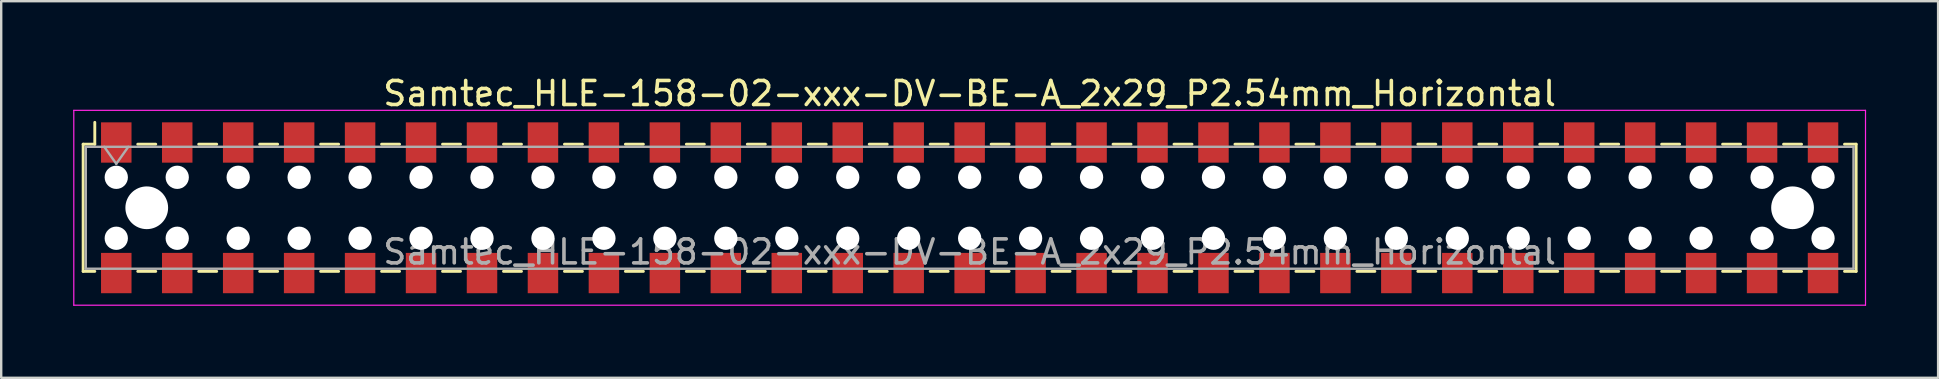
<source format=kicad_pcb>
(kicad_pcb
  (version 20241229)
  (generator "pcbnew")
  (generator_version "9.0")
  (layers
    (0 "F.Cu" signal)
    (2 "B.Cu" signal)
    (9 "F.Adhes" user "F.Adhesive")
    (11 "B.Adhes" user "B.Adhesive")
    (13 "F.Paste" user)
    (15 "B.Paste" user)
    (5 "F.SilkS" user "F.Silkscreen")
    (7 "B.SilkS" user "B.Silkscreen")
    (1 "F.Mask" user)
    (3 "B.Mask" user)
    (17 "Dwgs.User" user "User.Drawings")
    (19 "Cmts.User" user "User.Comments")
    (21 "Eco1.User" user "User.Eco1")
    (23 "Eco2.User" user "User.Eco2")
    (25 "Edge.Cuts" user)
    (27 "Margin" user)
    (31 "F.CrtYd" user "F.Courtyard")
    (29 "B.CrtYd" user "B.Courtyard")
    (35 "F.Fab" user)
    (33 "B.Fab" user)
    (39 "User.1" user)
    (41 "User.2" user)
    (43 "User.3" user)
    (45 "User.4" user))
  (footprint "Samtec_HLE-158-02-xxx-DV-BE-A_2x29_P2.54mm_Horizontal"
    (layer "F.Cu")
    (at 37.355 5.608)
    (property "Reference" "Samtec_HLE-158-02-xxx-DV-BE-A_2x29_P2.54mm_Horizontal" (at 0 -4.76 0) (layer "F.SilkS") (effects (font (size 1 1) (thickness 0.15))))
    (attr smd)
    (fp_line (start -36.94 -2.65) (end -36.94 2.65) (stroke (width 0.12) (type solid)) (layer "F.SilkS"))
    (fp_line (start -36.94 2.65) (end -36.455 2.65) (stroke (width 0.12) (type solid)) (layer "F.SilkS"))
    (fp_line (start -36.455 -3.56) (end -36.455 -2.65) (stroke (width 0.12) (type solid)) (layer "F.SilkS"))
    (fp_line (start -36.455 -2.65) (end -36.94 -2.65) (stroke (width 0.12) (type solid)) (layer "F.SilkS"))
    (fp_line (start -34.665 -2.65) (end -33.915 -2.65) (stroke (width 0.12) (type solid)) (layer "F.SilkS"))
    (fp_line (start -34.665 2.65) (end -33.915 2.65) (stroke (width 0.12) (type solid)) (layer "F.SilkS"))
    (fp_line (start -32.125 -2.65) (end -31.375 -2.65) (stroke (width 0.12) (type solid)) (layer "F.SilkS"))
    (fp_line (start -32.125 2.65) (end -31.375 2.65) (stroke (width 0.12) (type solid)) (layer "F.SilkS"))
    (fp_line (start -29.585 -2.65) (end -28.835 -2.65) (stroke (width 0.12) (type solid)) (layer "F.SilkS"))
    (fp_line (start -29.585 2.65) (end -28.835 2.65) (stroke (width 0.12) (type solid)) (layer "F.SilkS"))
    (fp_line (start -27.045 -2.65) (end -26.295 -2.65) (stroke (width 0.12) (type solid)) (layer "F.SilkS"))
    (fp_line (start -27.045 2.65) (end -26.295 2.65) (stroke (width 0.12) (type solid)) (layer "F.SilkS"))
    (fp_line (start -24.505 -2.65) (end -23.755 -2.65) (stroke (width 0.12) (type solid)) (layer "F.SilkS"))
    (fp_line (start -24.505 2.65) (end -23.755 2.65) (stroke (width 0.12) (type solid)) (layer "F.SilkS"))
    (fp_line (start -21.965 -2.65) (end -21.215 -2.65) (stroke (width 0.12) (type solid)) (layer "F.SilkS"))
    (fp_line (start -21.965 2.65) (end -21.215 2.65) (stroke (width 0.12) (type solid)) (layer "F.SilkS"))
    (fp_line (start -19.425 -2.65) (end -18.675 -2.65) (stroke (width 0.12) (type solid)) (layer "F.SilkS"))
    (fp_line (start -19.425 2.65) (end -18.675 2.65) (stroke (width 0.12) (type solid)) (layer "F.SilkS"))
    (fp_line (start -16.885 -2.65) (end -16.135 -2.65) (stroke (width 0.12) (type solid)) (layer "F.SilkS"))
    (fp_line (start -16.885 2.65) (end -16.135 2.65) (stroke (width 0.12) (type solid)) (layer "F.SilkS"))
    (fp_line (start -14.345 -2.65) (end -13.595 -2.65) (stroke (width 0.12) (type solid)) (layer "F.SilkS"))
    (fp_line (start -14.345 2.65) (end -13.595 2.65) (stroke (width 0.12) (type solid)) (layer "F.SilkS"))
    (fp_line (start -11.805 -2.65) (end -11.055 -2.65) (stroke (width 0.12) (type solid)) (layer "F.SilkS"))
    (fp_line (start -11.805 2.65) (end -11.055 2.65) (stroke (width 0.12) (type solid)) (layer "F.SilkS"))
    (fp_line (start -9.265 -2.65) (end -8.515 -2.65) (stroke (width 0.12) (type solid)) (layer "F.SilkS"))
    (fp_line (start -9.265 2.65) (end -8.515 2.65) (stroke (width 0.12) (type solid)) (layer "F.SilkS"))
    (fp_line (start -6.725 -2.65) (end -5.975 -2.65) (stroke (width 0.12) (type solid)) (layer "F.SilkS"))
    (fp_line (start -6.725 2.65) (end -5.975 2.65) (stroke (width 0.12) (type solid)) (layer "F.SilkS"))
    (fp_line (start -4.185 -2.65) (end -3.435 -2.65) (stroke (width 0.12) (type solid)) (layer "F.SilkS"))
    (fp_line (start -4.185 2.65) (end -3.435 2.65) (stroke (width 0.12) (type solid)) (layer "F.SilkS"))
    (fp_line (start -1.645 -2.65) (end -0.895 -2.65) (stroke (width 0.12) (type solid)) (layer "F.SilkS"))
    (fp_line (start -1.645 2.65) (end -0.895 2.65) (stroke (width 0.12) (type solid)) (layer "F.SilkS"))
    (fp_line (start 0.895 -2.65) (end 1.645 -2.65) (stroke (width 0.12) (type solid)) (layer "F.SilkS"))
    (fp_line (start 0.895 2.65) (end 1.645 2.65) (stroke (width 0.12) (type solid)) (layer "F.SilkS"))
    (fp_line (start 3.435 -2.65) (end 4.185 -2.65) (stroke (width 0.12) (type solid)) (layer "F.SilkS"))
    (fp_line (start 3.435 2.65) (end 4.185 2.65) (stroke (width 0.12) (type solid)) (layer "F.SilkS"))
    (fp_line (start 5.975 -2.65) (end 6.725 -2.65) (stroke (width 0.12) (type solid)) (layer "F.SilkS"))
    (fp_line (start 5.975 2.65) (end 6.725 2.65) (stroke (width 0.12) (type solid)) (layer "F.SilkS"))
    (fp_line (start 8.515 -2.65) (end 9.265 -2.65) (stroke (width 0.12) (type solid)) (layer "F.SilkS"))
    (fp_line (start 8.515 2.65) (end 9.265 2.65) (stroke (width 0.12) (type solid)) (layer "F.SilkS"))
    (fp_line (start 11.055 -2.65) (end 11.805 -2.65) (stroke (width 0.12) (type solid)) (layer "F.SilkS"))
    (fp_line (start 11.055 2.65) (end 11.805 2.65) (stroke (width 0.12) (type solid)) (layer "F.SilkS"))
    (fp_line (start 13.595 -2.65) (end 14.345 -2.65) (stroke (width 0.12) (type solid)) (layer "F.SilkS"))
    (fp_line (start 13.595 2.65) (end 14.345 2.65) (stroke (width 0.12) (type solid)) (layer "F.SilkS"))
    (fp_line (start 16.135 -2.65) (end 16.885 -2.65) (stroke (width 0.12) (type solid)) (layer "F.SilkS"))
    (fp_line (start 16.135 2.65) (end 16.885 2.65) (stroke (width 0.12) (type solid)) (layer "F.SilkS"))
    (fp_line (start 18.675 -2.65) (end 19.425 -2.65) (stroke (width 0.12) (type solid)) (layer "F.SilkS"))
    (fp_line (start 18.675 2.65) (end 19.425 2.65) (stroke (width 0.12) (type solid)) (layer "F.SilkS"))
    (fp_line (start 21.215 -2.65) (end 21.965 -2.65) (stroke (width 0.12) (type solid)) (layer "F.SilkS"))
    (fp_line (start 21.215 2.65) (end 21.965 2.65) (stroke (width 0.12) (type solid)) (layer "F.SilkS"))
    (fp_line (start 23.755 -2.65) (end 24.505 -2.65) (stroke (width 0.12) (type solid)) (layer "F.SilkS"))
    (fp_line (start 23.755 2.65) (end 24.505 2.65) (stroke (width 0.12) (type solid)) (layer "F.SilkS"))
    (fp_line (start 26.295 -2.65) (end 27.045 -2.65) (stroke (width 0.12) (type solid)) (layer "F.SilkS"))
    (fp_line (start 26.295 2.65) (end 27.045 2.65) (stroke (width 0.12) (type solid)) (layer "F.SilkS"))
    (fp_line (start 28.835 -2.65) (end 29.585 -2.65) (stroke (width 0.12) (type solid)) (layer "F.SilkS"))
    (fp_line (start 28.835 2.65) (end 29.585 2.65) (stroke (width 0.12) (type solid)) (layer "F.SilkS"))
    (fp_line (start 31.375 -2.65) (end 32.125 -2.65) (stroke (width 0.12) (type solid)) (layer "F.SilkS"))
    (fp_line (start 31.375 2.65) (end 32.125 2.65) (stroke (width 0.12) (type solid)) (layer "F.SilkS"))
    (fp_line (start 33.915 -2.65) (end 34.665 -2.65) (stroke (width 0.12) (type solid)) (layer "F.SilkS"))
    (fp_line (start 33.915 2.65) (end 34.665 2.65) (stroke (width 0.12) (type solid)) (layer "F.SilkS"))
    (fp_line (start 36.455 -2.65) (end 36.94 -2.65) (stroke (width 0.12) (type solid)) (layer "F.SilkS"))
    (fp_line (start 36.94 -2.65) (end 36.94 2.65) (stroke (width 0.12) (type solid)) (layer "F.SilkS"))
    (fp_line (start 36.94 2.65) (end 36.455 2.65) (stroke (width 0.12) (type solid)) (layer "F.SilkS"))
    (fp_line (start -37.33 -4.06) (end 37.33 -4.06) (stroke (width 0.05) (type solid)) (layer "F.CrtYd"))
    (fp_line (start -37.33 4.06) (end -37.33 -4.06) (stroke (width 0.05) (type solid)) (layer "F.CrtYd"))
    (fp_line (start 37.33 -4.06) (end 37.33 4.06) (stroke (width 0.05) (type solid)) (layer "F.CrtYd"))
    (fp_line (start 37.33 4.06) (end -37.33 4.06) (stroke (width 0.05) (type solid)) (layer "F.CrtYd"))
    (fp_line (start -36.83 -2.54) (end 36.83 -2.54) (stroke (width 0.1) (type solid)) (layer "F.Fab"))
    (fp_line (start -36.83 2.54) (end -36.83 -2.54) (stroke (width 0.1) (type solid)) (layer "F.Fab"))
    (fp_line (start -36.06 -2.54) (end -35.56 -1.833) (stroke (width 0.1) (type solid)) (layer "F.Fab"))
    (fp_line (start -35.56 -1.833) (end -35.06 -2.54) (stroke (width 0.1) (type solid)) (layer "F.Fab"))
    (fp_line (start 36.83 -2.54) (end 36.83 2.54) (stroke (width 0.1) (type solid)) (layer "F.Fab"))
    (fp_line (start 36.83 2.54) (end -36.83 2.54) (stroke (width 0.1) (type solid)) (layer "F.Fab"))
    (fp_text user "${REFERENCE}" (at 0 1.84 0) (layer "F.Fab") (effects (font (size 1 1) (thickness 0.15))))
    (pad "" np_thru_hole circle (at -35.56 -1.27) (size 0.97 0.97) (drill 0.97) (layers "*.Cu" "*.Mask"))
    (pad "" np_thru_hole circle (at -35.56 1.27) (size 0.97 0.97) (drill 0.97) (layers "*.Cu" "*.Mask"))
    (pad "" np_thru_hole circle (at -34.29 0) (size 1.78 1.78) (drill 1.78) (layers "*.Cu" "*.Mask"))
    (pad "" np_thru_hole circle (at -33.02 -1.27) (size 0.97 0.97) (drill 0.97) (layers "*.Cu" "*.Mask"))
    (pad "" np_thru_hole circle (at -33.02 1.27) (size 0.97 0.97) (drill 0.97) (layers "*.Cu" "*.Mask"))
    (pad "" np_thru_hole circle (at -30.48 -1.27) (size 0.97 0.97) (drill 0.97) (layers "*.Cu" "*.Mask"))
    (pad "" np_thru_hole circle (at -30.48 1.27) (size 0.97 0.97) (drill 0.97) (layers "*.Cu" "*.Mask"))
    (pad "" np_thru_hole circle (at -27.94 -1.27) (size 0.97 0.97) (drill 0.97) (layers "*.Cu" "*.Mask"))
    (pad "" np_thru_hole circle (at -27.94 1.27) (size 0.97 0.97) (drill 0.97) (layers "*.Cu" "*.Mask"))
    (pad "" np_thru_hole circle (at -25.4 -1.27) (size 0.97 0.97) (drill 0.97) (layers "*.Cu" "*.Mask"))
    (pad "" np_thru_hole circle (at -25.4 1.27) (size 0.97 0.97) (drill 0.97) (layers "*.Cu" "*.Mask"))
    (pad "" np_thru_hole circle (at -22.86 -1.27) (size 0.97 0.97) (drill 0.97) (layers "*.Cu" "*.Mask"))
    (pad "" np_thru_hole circle (at -22.86 1.27) (size 0.97 0.97) (drill 0.97) (layers "*.Cu" "*.Mask"))
    (pad "" np_thru_hole circle (at -20.32 -1.27) (size 0.97 0.97) (drill 0.97) (layers "*.Cu" "*.Mask"))
    (pad "" np_thru_hole circle (at -20.32 1.27) (size 0.97 0.97) (drill 0.97) (layers "*.Cu" "*.Mask"))
    (pad "" np_thru_hole circle (at -17.78 -1.27) (size 0.97 0.97) (drill 0.97) (layers "*.Cu" "*.Mask"))
    (pad "" np_thru_hole circle (at -17.78 1.27) (size 0.97 0.97) (drill 0.97) (layers "*.Cu" "*.Mask"))
    (pad "" np_thru_hole circle (at -15.24 -1.27) (size 0.97 0.97) (drill 0.97) (layers "*.Cu" "*.Mask"))
    (pad "" np_thru_hole circle (at -15.24 1.27) (size 0.97 0.97) (drill 0.97) (layers "*.Cu" "*.Mask"))
    (pad "" np_thru_hole circle (at -12.7 -1.27) (size 0.97 0.97) (drill 0.97) (layers "*.Cu" "*.Mask"))
    (pad "" np_thru_hole circle (at -12.7 1.27) (size 0.97 0.97) (drill 0.97) (layers "*.Cu" "*.Mask"))
    (pad "" np_thru_hole circle (at -10.16 -1.27) (size 0.97 0.97) (drill 0.97) (layers "*.Cu" "*.Mask"))
    (pad "" np_thru_hole circle (at -10.16 1.27) (size 0.97 0.97) (drill 0.97) (layers "*.Cu" "*.Mask"))
    (pad "" np_thru_hole circle (at -7.62 -1.27) (size 0.97 0.97) (drill 0.97) (layers "*.Cu" "*.Mask"))
    (pad "" np_thru_hole circle (at -7.62 1.27) (size 0.97 0.97) (drill 0.97) (layers "*.Cu" "*.Mask"))
    (pad "" np_thru_hole circle (at -5.08 -1.27) (size 0.97 0.97) (drill 0.97) (layers "*.Cu" "*.Mask"))
    (pad "" np_thru_hole circle (at -5.08 1.27) (size 0.97 0.97) (drill 0.97) (layers "*.Cu" "*.Mask"))
    (pad "" np_thru_hole circle (at -2.54 -1.27) (size 0.97 0.97) (drill 0.97) (layers "*.Cu" "*.Mask"))
    (pad "" np_thru_hole circle (at -2.54 1.27) (size 0.97 0.97) (drill 0.97) (layers "*.Cu" "*.Mask"))
    (pad "" np_thru_hole circle (at 0 -1.27) (size 0.97 0.97) (drill 0.97) (layers "*.Cu" "*.Mask"))
    (pad "" np_thru_hole circle (at 0 1.27) (size 0.97 0.97) (drill 0.97) (layers "*.Cu" "*.Mask"))
    (pad "" np_thru_hole circle (at 2.54 -1.27) (size 0.97 0.97) (drill 0.97) (layers "*.Cu" "*.Mask"))
    (pad "" np_thru_hole circle (at 2.54 1.27) (size 0.97 0.97) (drill 0.97) (layers "*.Cu" "*.Mask"))
    (pad "" np_thru_hole circle (at 5.08 -1.27) (size 0.97 0.97) (drill 0.97) (layers "*.Cu" "*.Mask"))
    (pad "" np_thru_hole circle (at 5.08 1.27) (size 0.97 0.97) (drill 0.97) (layers "*.Cu" "*.Mask"))
    (pad "" np_thru_hole circle (at 7.62 -1.27) (size 0.97 0.97) (drill 0.97) (layers "*.Cu" "*.Mask"))
    (pad "" np_thru_hole circle (at 7.62 1.27) (size 0.97 0.97) (drill 0.97) (layers "*.Cu" "*.Mask"))
    (pad "" np_thru_hole circle (at 10.16 -1.27) (size 0.97 0.97) (drill 0.97) (layers "*.Cu" "*.Mask"))
    (pad "" np_thru_hole circle (at 10.16 1.27) (size 0.97 0.97) (drill 0.97) (layers "*.Cu" "*.Mask"))
    (pad "" np_thru_hole circle (at 12.7 -1.27) (size 0.97 0.97) (drill 0.97) (layers "*.Cu" "*.Mask"))
    (pad "" np_thru_hole circle (at 12.7 1.27) (size 0.97 0.97) (drill 0.97) (layers "*.Cu" "*.Mask"))
    (pad "" np_thru_hole circle (at 15.24 -1.27) (size 0.97 0.97) (drill 0.97) (layers "*.Cu" "*.Mask"))
    (pad "" np_thru_hole circle (at 15.24 1.27) (size 0.97 0.97) (drill 0.97) (layers "*.Cu" "*.Mask"))
    (pad "" np_thru_hole circle (at 17.78 -1.27) (size 0.97 0.97) (drill 0.97) (layers "*.Cu" "*.Mask"))
    (pad "" np_thru_hole circle (at 17.78 1.27) (size 0.97 0.97) (drill 0.97) (layers "*.Cu" "*.Mask"))
    (pad "" np_thru_hole circle (at 20.32 -1.27) (size 0.97 0.97) (drill 0.97) (layers "*.Cu" "*.Mask"))
    (pad "" np_thru_hole circle (at 20.32 1.27) (size 0.97 0.97) (drill 0.97) (layers "*.Cu" "*.Mask"))
    (pad "" np_thru_hole circle (at 22.86 -1.27) (size 0.97 0.97) (drill 0.97) (layers "*.Cu" "*.Mask"))
    (pad "" np_thru_hole circle (at 22.86 1.27) (size 0.97 0.97) (drill 0.97) (layers "*.Cu" "*.Mask"))
    (pad "" np_thru_hole circle (at 25.4 -1.27) (size 0.97 0.97) (drill 0.97) (layers "*.Cu" "*.Mask"))
    (pad "" np_thru_hole circle (at 25.4 1.27) (size 0.97 0.97) (drill 0.97) (layers "*.Cu" "*.Mask"))
    (pad "" np_thru_hole circle (at 27.94 -1.27) (size 0.97 0.97) (drill 0.97) (layers "*.Cu" "*.Mask"))
    (pad "" np_thru_hole circle (at 27.94 1.27) (size 0.97 0.97) (drill 0.97) (layers "*.Cu" "*.Mask"))
    (pad "" np_thru_hole circle (at 30.48 -1.27) (size 0.97 0.97) (drill 0.97) (layers "*.Cu" "*.Mask"))
    (pad "" np_thru_hole circle (at 30.48 1.27) (size 0.97 0.97) (drill 0.97) (layers "*.Cu" "*.Mask"))
    (pad "" np_thru_hole circle (at 33.02 -1.27) (size 0.97 0.97) (drill 0.97) (layers "*.Cu" "*.Mask"))
    (pad "" np_thru_hole circle (at 33.02 1.27) (size 0.97 0.97) (drill 0.97) (layers "*.Cu" "*.Mask"))
    (pad "" np_thru_hole circle (at 34.29 0) (size 1.78 1.78) (drill 1.78) (layers "*.Cu" "*.Mask"))
    (pad "" np_thru_hole circle (at 35.56 -1.27) (size 0.97 0.97) (drill 0.97) (layers "*.Cu" "*.Mask"))
    (pad "" np_thru_hole circle (at 35.56 1.27) (size 0.97 0.97) (drill 0.97) (layers "*.Cu" "*.Mask"))
    (pad "1" smd rect (at -35.56 -2.72) (size 1.27 1.68) (layers "F.Cu" "F.Mask" "F.Paste"))
    (pad "2" smd rect (at -35.56 2.72) (size 1.27 1.68) (layers "F.Cu" "F.Mask" "F.Paste"))
    (pad "3" smd rect (at -33.02 -2.72) (size 1.27 1.68) (layers "F.Cu" "F.Mask" "F.Paste"))
    (pad "4" smd rect (at -33.02 2.72) (size 1.27 1.68) (layers "F.Cu" "F.Mask" "F.Paste"))
    (pad "5" smd rect (at -30.48 -2.72) (size 1.27 1.68) (layers "F.Cu" "F.Mask" "F.Paste"))
    (pad "6" smd rect (at -30.48 2.72) (size 1.27 1.68) (layers "F.Cu" "F.Mask" "F.Paste"))
    (pad "7" smd rect (at -27.94 -2.72) (size 1.27 1.68) (layers "F.Cu" "F.Mask" "F.Paste"))
    (pad "8" smd rect (at -27.94 2.72) (size 1.27 1.68) (layers "F.Cu" "F.Mask" "F.Paste"))
    (pad "9" smd rect (at -25.4 -2.72) (size 1.27 1.68) (layers "F.Cu" "F.Mask" "F.Paste"))
    (pad "10" smd rect (at -25.4 2.72) (size 1.27 1.68) (layers "F.Cu" "F.Mask" "F.Paste"))
    (pad "11" smd rect (at -22.86 -2.72) (size 1.27 1.68) (layers "F.Cu" "F.Mask" "F.Paste"))
    (pad "12" smd rect (at -22.86 2.72) (size 1.27 1.68) (layers "F.Cu" "F.Mask" "F.Paste"))
    (pad "13" smd rect (at -20.32 -2.72) (size 1.27 1.68) (layers "F.Cu" "F.Mask" "F.Paste"))
    (pad "14" smd rect (at -20.32 2.72) (size 1.27 1.68) (layers "F.Cu" "F.Mask" "F.Paste"))
    (pad "15" smd rect (at -17.78 -2.72) (size 1.27 1.68) (layers "F.Cu" "F.Mask" "F.Paste"))
    (pad "16" smd rect (at -17.78 2.72) (size 1.27 1.68) (layers "F.Cu" "F.Mask" "F.Paste"))
    (pad "17" smd rect (at -15.24 -2.72) (size 1.27 1.68) (layers "F.Cu" "F.Mask" "F.Paste"))
    (pad "18" smd rect (at -15.24 2.72) (size 1.27 1.68) (layers "F.Cu" "F.Mask" "F.Paste"))
    (pad "19" smd rect (at -12.7 -2.72) (size 1.27 1.68) (layers "F.Cu" "F.Mask" "F.Paste"))
    (pad "20" smd rect (at -12.7 2.72) (size 1.27 1.68) (layers "F.Cu" "F.Mask" "F.Paste"))
    (pad "21" smd rect (at -10.16 -2.72) (size 1.27 1.68) (layers "F.Cu" "F.Mask" "F.Paste"))
    (pad "22" smd rect (at -10.16 2.72) (size 1.27 1.68) (layers "F.Cu" "F.Mask" "F.Paste"))
    (pad "23" smd rect (at -7.62 -2.72) (size 1.27 1.68) (layers "F.Cu" "F.Mask" "F.Paste"))
    (pad "24" smd rect (at -7.62 2.72) (size 1.27 1.68) (layers "F.Cu" "F.Mask" "F.Paste"))
    (pad "25" smd rect (at -5.08 -2.72) (size 1.27 1.68) (layers "F.Cu" "F.Mask" "F.Paste"))
    (pad "26" smd rect (at -5.08 2.72) (size 1.27 1.68) (layers "F.Cu" "F.Mask" "F.Paste"))
    (pad "27" smd rect (at -2.54 -2.72) (size 1.27 1.68) (layers "F.Cu" "F.Mask" "F.Paste"))
    (pad "28" smd rect (at -2.54 2.72) (size 1.27 1.68) (layers "F.Cu" "F.Mask" "F.Paste"))
    (pad "29" smd rect (at 0 -2.72) (size 1.27 1.68) (layers "F.Cu" "F.Mask" "F.Paste"))
    (pad "30" smd rect (at 0 2.72) (size 1.27 1.68) (layers "F.Cu" "F.Mask" "F.Paste"))
    (pad "31" smd rect (at 2.54 -2.72) (size 1.27 1.68) (layers "F.Cu" "F.Mask" "F.Paste"))
    (pad "32" smd rect (at 2.54 2.72) (size 1.27 1.68) (layers "F.Cu" "F.Mask" "F.Paste"))
    (pad "33" smd rect (at 5.08 -2.72) (size 1.27 1.68) (layers "F.Cu" "F.Mask" "F.Paste"))
    (pad "34" smd rect (at 5.08 2.72) (size 1.27 1.68) (layers "F.Cu" "F.Mask" "F.Paste"))
    (pad "35" smd rect (at 7.62 -2.72) (size 1.27 1.68) (layers "F.Cu" "F.Mask" "F.Paste"))
    (pad "36" smd rect (at 7.62 2.72) (size 1.27 1.68) (layers "F.Cu" "F.Mask" "F.Paste"))
    (pad "37" smd rect (at 10.16 -2.72) (size 1.27 1.68) (layers "F.Cu" "F.Mask" "F.Paste"))
    (pad "38" smd rect (at 10.16 2.72) (size 1.27 1.68) (layers "F.Cu" "F.Mask" "F.Paste"))
    (pad "39" smd rect (at 12.7 -2.72) (size 1.27 1.68) (layers "F.Cu" "F.Mask" "F.Paste"))
    (pad "40" smd rect (at 12.7 2.72) (size 1.27 1.68) (layers "F.Cu" "F.Mask" "F.Paste"))
    (pad "41" smd rect (at 15.24 -2.72) (size 1.27 1.68) (layers "F.Cu" "F.Mask" "F.Paste"))
    (pad "42" smd rect (at 15.24 2.72) (size 1.27 1.68) (layers "F.Cu" "F.Mask" "F.Paste"))
    (pad "43" smd rect (at 17.78 -2.72) (size 1.27 1.68) (layers "F.Cu" "F.Mask" "F.Paste"))
    (pad "44" smd rect (at 17.78 2.72) (size 1.27 1.68) (layers "F.Cu" "F.Mask" "F.Paste"))
    (pad "45" smd rect (at 20.32 -2.72) (size 1.27 1.68) (layers "F.Cu" "F.Mask" "F.Paste"))
    (pad "46" smd rect (at 20.32 2.72) (size 1.27 1.68) (layers "F.Cu" "F.Mask" "F.Paste"))
    (pad "47" smd rect (at 22.86 -2.72) (size 1.27 1.68) (layers "F.Cu" "F.Mask" "F.Paste"))
    (pad "48" smd rect (at 22.86 2.72) (size 1.27 1.68) (layers "F.Cu" "F.Mask" "F.Paste"))
    (pad "49" smd rect (at 25.4 -2.72) (size 1.27 1.68) (layers "F.Cu" "F.Mask" "F.Paste"))
    (pad "50" smd rect (at 25.4 2.72) (size 1.27 1.68) (layers "F.Cu" "F.Mask" "F.Paste"))
    (pad "51" smd rect (at 27.94 -2.72) (size 1.27 1.68) (layers "F.Cu" "F.Mask" "F.Paste"))
    (pad "52" smd rect (at 27.94 2.72) (size 1.27 1.68) (layers "F.Cu" "F.Mask" "F.Paste"))
    (pad "53" smd rect (at 30.48 -2.72) (size 1.27 1.68) (layers "F.Cu" "F.Mask" "F.Paste"))
    (pad "54" smd rect (at 30.48 2.72) (size 1.27 1.68) (layers "F.Cu" "F.Mask" "F.Paste"))
    (pad "55" smd rect (at 33.02 -2.72) (size 1.27 1.68) (layers "F.Cu" "F.Mask" "F.Paste"))
    (pad "56" smd rect (at 33.02 2.72) (size 1.27 1.68) (layers "F.Cu" "F.Mask" "F.Paste"))
    (pad "57" smd rect (at 35.56 -2.72) (size 1.27 1.68) (layers "F.Cu" "F.Mask" "F.Paste"))
    (pad "58" smd rect (at 35.56 2.72) (size 1.27 1.68) (layers "F.Cu" "F.Mask" "F.Paste")))
  (gr_rect
    (start -3 -3)
    (end 77.71 12.693)
    (stroke (width 0.1) (type default))
    (fill no)
    (layer "Edge.Cuts")))
</source>
